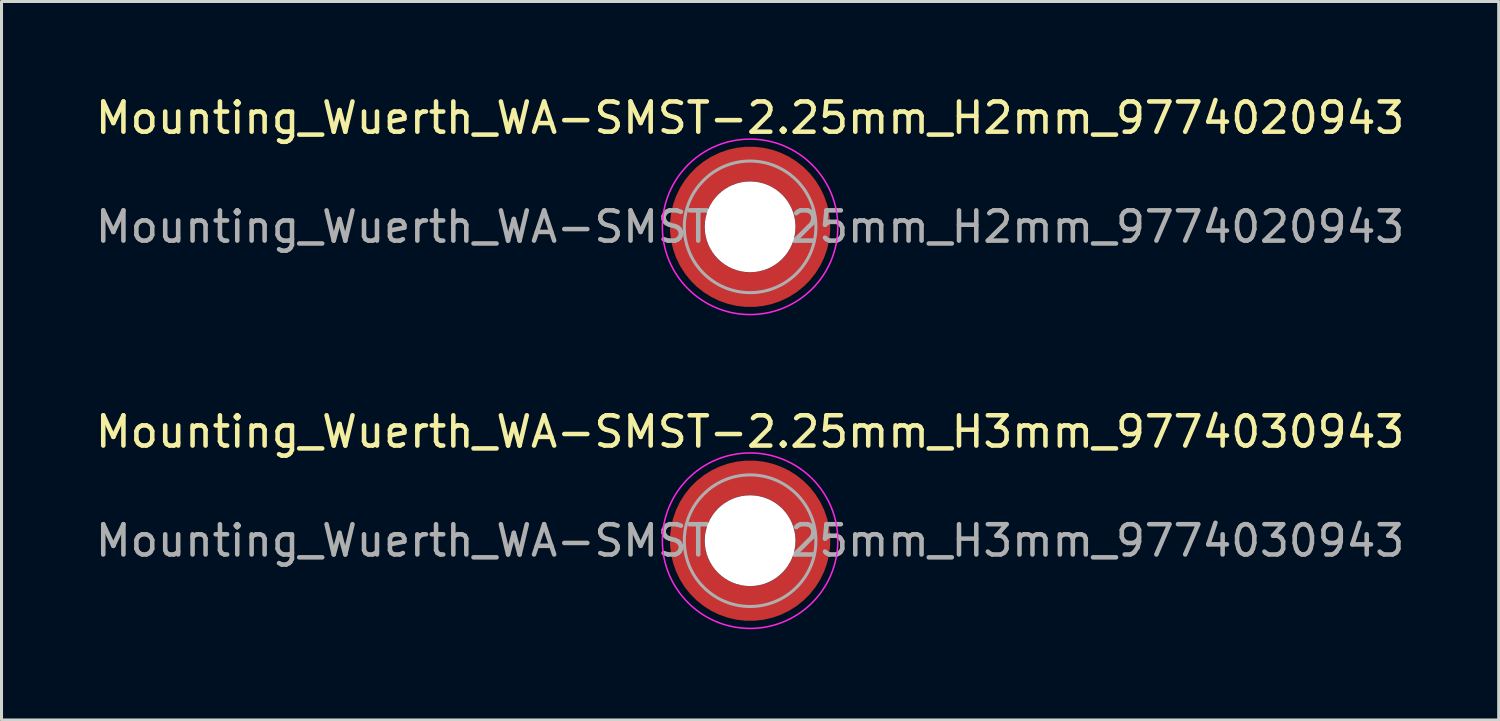
<source format=kicad_pcb>
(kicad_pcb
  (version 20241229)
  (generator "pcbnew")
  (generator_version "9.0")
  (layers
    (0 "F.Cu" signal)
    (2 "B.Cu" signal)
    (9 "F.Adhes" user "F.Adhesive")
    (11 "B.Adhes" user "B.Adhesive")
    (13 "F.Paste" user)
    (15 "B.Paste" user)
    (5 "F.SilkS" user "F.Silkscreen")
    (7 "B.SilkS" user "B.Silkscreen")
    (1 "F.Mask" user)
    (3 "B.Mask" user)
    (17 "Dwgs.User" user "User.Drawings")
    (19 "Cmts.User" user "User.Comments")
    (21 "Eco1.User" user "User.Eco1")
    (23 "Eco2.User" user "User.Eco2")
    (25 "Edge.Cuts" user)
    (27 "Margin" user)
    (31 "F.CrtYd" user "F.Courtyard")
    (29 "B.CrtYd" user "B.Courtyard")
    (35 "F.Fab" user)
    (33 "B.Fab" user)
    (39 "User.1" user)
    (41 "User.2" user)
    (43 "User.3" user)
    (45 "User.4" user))
  (footprint "Mounting_Wuerth_WA-SMST-2.25mm_H3mm_9774030943"
    (layer "F.Cu")
    (at 21.744 14.822)
    (property "Reference" "Mounting_Wuerth_WA-SMST-2.25mm_H3mm_9774030943" (at 0 -3.6 0) (layer "F.SilkS") (effects (font (size 1 1) (thickness 0.15))))
    (attr smd)
    (fp_circle (center 0 0) (end 2.9 0) (stroke (width 0.05) (type solid)) (fill no) (layer "F.CrtYd"))
    (fp_circle (center 0 0) (end 2.175 0) (stroke (width 0.1) (type solid)) (fill no) (layer "F.Fab"))
    (fp_text user "${REFERENCE}" (at 0 0 0) (layer "F.Fab") (effects (font (size 1 1) (thickness 0.15))))
    (pad "" smd custom (at -1.453 -1.453) (size 0.61 0.61) (layers "F.Paste") (options (anchor circle)) (primitives (gr_arc (start -0.147677 1.053104) (mid 0.285964 0.286792) (end 1.051968 -0.147393) (width 0.2)) (gr_arc (start -0.240295 1.053104) (mid 0.22253 0.222946) (end 1.052531 -0.24016) (width 0.2)) (gr_arc (start -0.332645 1.053104) (mid 0.158548 0.15965) (end 1.051583 -0.332304) (width 0.2)) (gr_arc (start -0.424767 1.053104) (mid 0.09486 0.096059) (end 1.051446 -0.424413) (width 0.2)) (gr_arc (start -0.516693 1.053104) (mid 0.031293 0.032346) (end 1.051645 -0.516396) (width 0.2)) (gr_arc (start -0.608448 1.053104) (mid -0.032323 -0.031316) (end 1.051707 -0.608176) (width 0.2)) (gr_arc (start -0.700056 1.053104) (mid -0.09616 -0.094758) (end 1.051155 -0.699693) (width 0.2)) (gr_arc (start -0.791534 1.053104) (mid -0.160388 -0.15781) (end 1.049515 -0.790891) (width 0.2)) (gr_arc (start -0.882896 1.053104) (mid -0.223713 -0.221764) (end 1.050388 -0.882429) (width 0.2)) (gr_arc (start -0.974157 1.053104) (mid -0.287654 -0.2851) (end 1.049541 -0.973566) (width 0.2)) (gr_line (start 1.053 -0.148) (end 1.053 -0.974) (width 0.2)) (gr_line (start -0.148 1.053) (end -0.974 1.053) (width 0.2))))
    (pad "" smd custom (at -1.453 1.453) (size 0.61 0.61) (layers "F.Paste") (options (anchor circle)) (primitives (gr_arc (start 1.053104 0.147677) (mid 0.286792 -0.285964) (end -0.147393 -1.051968) (width 0.2)) (gr_arc (start 1.053104 0.240295) (mid 0.222946 -0.22253) (end -0.24016 -1.052531) (width 0.2)) (gr_arc (start 1.053104 0.332645) (mid 0.15965 -0.158548) (end -0.332304 -1.051583) (width 0.2)) (gr_arc (start 1.053104 0.424767) (mid 0.096059 -0.09486) (end -0.424413 -1.051446) (width 0.2)) (gr_arc (start 1.053104 0.516693) (mid 0.032346 -0.031293) (end -0.516396 -1.051645) (width 0.2)) (gr_arc (start 1.053104 0.608448) (mid -0.031316 0.032323) (end -0.608176 -1.051707) (width 0.2)) (gr_arc (start 1.053104 0.700056) (mid -0.094758 0.09616) (end -0.699693 -1.051155) (width 0.2)) (gr_arc (start 1.053104 0.791534) (mid -0.15781 0.160388) (end -0.790891 -1.049515) (width 0.2)) (gr_arc (start 1.053104 0.882896) (mid -0.221765 0.223713) (end -0.882429 -1.050388) (width 0.2)) (gr_arc (start 1.053104 0.974157) (mid -0.2851 0.287654) (end -0.973566 -1.049541) (width 0.2)) (gr_line (start -0.148 -1.053) (end -0.974 -1.053) (width 0.2)) (gr_line (start 1.053 0.148) (end 1.053 0.974) (width 0.2))))
    (pad "" np_thru_hole circle (at 0 0) (size 3 3) (drill 3) (layers "*.Cu" "*.Mask"))
    (pad "" smd custom (at 1.453 -1.453) (size 0.61 0.61) (layers "F.Paste") (options (anchor circle)) (primitives (gr_arc (start -1.053104 -0.147677) (mid -0.286792 0.285964) (end 0.147393 1.051968) (width 0.2)) (gr_arc (start -1.053104 -0.240295) (mid -0.222946 0.22253) (end 0.24016 1.052531) (width 0.2)) (gr_arc (start -1.053104 -0.332645) (mid -0.15965 0.158548) (end 0.332304 1.051583) (width 0.2)) (gr_arc (start -1.053104 -0.424767) (mid -0.096059 0.09486) (end 0.424413 1.051446) (width 0.2)) (gr_arc (start -1.053104 -0.516693) (mid -0.032346 0.031293) (end 0.516396 1.051645) (width 0.2)) (gr_arc (start -1.053104 -0.608448) (mid 0.031316 -0.032323) (end 0.608176 1.051707) (width 0.2)) (gr_arc (start -1.053104 -0.700056) (mid 0.094758 -0.09616) (end 0.699693 1.051155) (width 0.2)) (gr_arc (start -1.053104 -0.791534) (mid 0.15781 -0.160388) (end 0.790891 1.049515) (width 0.2)) (gr_arc (start -1.053104 -0.882896) (mid 0.221764 -0.223713) (end 0.882429 1.050388) (width 0.2)) (gr_arc (start -1.053104 -0.974157) (mid 0.2851 -0.287654) (end 0.973566 1.049541) (width 0.2)) (gr_line (start 0.148 1.053) (end 0.974 1.053) (width 0.2)) (gr_line (start -1.053 -0.148) (end -1.053 -0.974) (width 0.2))))
    (pad "" smd custom (at 1.453 1.453) (size 0.61 0.61) (layers "F.Paste") (options (anchor circle)) (primitives (gr_arc (start 0.147677 -1.053104) (mid -0.285964 -0.286792) (end -1.051968 0.147393) (width 0.2)) (gr_arc (start 0.240295 -1.053104) (mid -0.22253 -0.222946) (end -1.052531 0.24016) (width 0.2)) (gr_arc (start 0.332645 -1.053104) (mid -0.158548 -0.15965) (end -1.051583 0.332304) (width 0.2)) (gr_arc (start 0.424767 -1.053104) (mid -0.09486 -0.096059) (end -1.051446 0.424413) (width 0.2)) (gr_arc (start 0.516693 -1.053104) (mid -0.031293 -0.032346) (end -1.051645 0.516396) (width 0.2)) (gr_arc (start 0.608448 -1.053104) (mid 0.032323 0.031316) (end -1.051707 0.608176) (width 0.2)) (gr_arc (start 0.700056 -1.053104) (mid 0.09616 0.094758) (end -1.051155 0.699693) (width 0.2)) (gr_arc (start 0.791534 -1.053104) (mid 0.160388 0.15781) (end -1.049515 0.790891) (width 0.2)) (gr_arc (start 0.882896 -1.053104) (mid 0.223713 0.221764) (end -1.050388 0.882429) (width 0.2)) (gr_arc (start 0.974157 -1.053104) (mid 0.287654 0.2851) (end -1.049541 0.973566) (width 0.2)) (gr_line (start -1.053 0.148) (end -1.053 0.974) (width 0.2)) (gr_line (start 0.148 -1.053) (end 0.974 -1.053) (width 0.2))))
    (pad "1" smd circle (at -2.075 0) (size 0.75 0.75) (layers "F.Cu"))
    (pad "1" smd circle (at 0 -2.075) (size 0.75 0.75) (layers "F.Cu"))
    (pad "1" smd circle (at 0 2.075) (size 0.75 0.75) (layers "F.Cu"))
    (pad "1" smd custom (at 2.075 0) (size 0.75 0.75) (layers "F.Cu" "F.Mask") (options (anchor circle)) (primitives (gr_circle (center -2.075 0) (end 0 0) (width 1.15) (fill no)))))
  (footprint "Mounting_Wuerth_WA-SMST-2.25mm_H2mm_9774020943"
    (layer "F.Cu")
    (at 21.744 4.448)
    (property "Reference" "Mounting_Wuerth_WA-SMST-2.25mm_H2mm_9774020943" (at 0 -3.6 0) (layer "F.SilkS") (effects (font (size 1 1) (thickness 0.15))))
    (attr smd)
    (fp_circle (center 0 0) (end 2.9 0) (stroke (width 0.05) (type solid)) (fill no) (layer "F.CrtYd"))
    (fp_circle (center 0 0) (end 2.175 0) (stroke (width 0.1) (type solid)) (fill no) (layer "F.Fab"))
    (fp_text user "${REFERENCE}" (at 0 0 0) (layer "F.Fab") (effects (font (size 1 1) (thickness 0.15))))
    (pad "" smd custom (at -1.453 -1.453) (size 0.61 0.61) (layers "F.Paste") (options (anchor circle)) (primitives (gr_arc (start -0.147677 1.053104) (mid 0.285964 0.286792) (end 1.051968 -0.147393) (width 0.2)) (gr_arc (start -0.240295 1.053104) (mid 0.22253 0.222946) (end 1.052531 -0.24016) (width 0.2)) (gr_arc (start -0.332645 1.053104) (mid 0.158548 0.15965) (end 1.051583 -0.332304) (width 0.2)) (gr_arc (start -0.424767 1.053104) (mid 0.09486 0.096059) (end 1.051446 -0.424413) (width 0.2)) (gr_arc (start -0.516693 1.053104) (mid 0.031293 0.032346) (end 1.051645 -0.516396) (width 0.2)) (gr_arc (start -0.608448 1.053104) (mid -0.032323 -0.031316) (end 1.051707 -0.608176) (width 0.2)) (gr_arc (start -0.700056 1.053104) (mid -0.09616 -0.094758) (end 1.051155 -0.699693) (width 0.2)) (gr_arc (start -0.791534 1.053104) (mid -0.160388 -0.15781) (end 1.049515 -0.790891) (width 0.2)) (gr_arc (start -0.882896 1.053104) (mid -0.223713 -0.221764) (end 1.050388 -0.882429) (width 0.2)) (gr_arc (start -0.974157 1.053104) (mid -0.287654 -0.2851) (end 1.049541 -0.973566) (width 0.2)) (gr_line (start 1.053 -0.148) (end 1.053 -0.974) (width 0.2)) (gr_line (start -0.148 1.053) (end -0.974 1.053) (width 0.2))))
    (pad "" smd custom (at -1.453 1.453) (size 0.61 0.61) (layers "F.Paste") (options (anchor circle)) (primitives (gr_arc (start 1.053104 0.147677) (mid 0.286792 -0.285964) (end -0.147393 -1.051968) (width 0.2)) (gr_arc (start 1.053104 0.240295) (mid 0.222946 -0.22253) (end -0.24016 -1.052531) (width 0.2)) (gr_arc (start 1.053104 0.332645) (mid 0.15965 -0.158548) (end -0.332304 -1.051583) (width 0.2)) (gr_arc (start 1.053104 0.424767) (mid 0.096059 -0.09486) (end -0.424413 -1.051446) (width 0.2)) (gr_arc (start 1.053104 0.516693) (mid 0.032346 -0.031293) (end -0.516396 -1.051645) (width 0.2)) (gr_arc (start 1.053104 0.608448) (mid -0.031316 0.032323) (end -0.608176 -1.051707) (width 0.2)) (gr_arc (start 1.053104 0.700056) (mid -0.094758 0.09616) (end -0.699693 -1.051155) (width 0.2)) (gr_arc (start 1.053104 0.791534) (mid -0.15781 0.160388) (end -0.790891 -1.049515) (width 0.2)) (gr_arc (start 1.053104 0.882896) (mid -0.221765 0.223713) (end -0.882429 -1.050388) (width 0.2)) (gr_arc (start 1.053104 0.974157) (mid -0.2851 0.287654) (end -0.973566 -1.049541) (width 0.2)) (gr_line (start -0.148 -1.053) (end -0.974 -1.053) (width 0.2)) (gr_line (start 1.053 0.148) (end 1.053 0.974) (width 0.2))))
    (pad "" np_thru_hole circle (at 0 0) (size 3 3) (drill 3) (layers "*.Cu" "*.Mask"))
    (pad "" smd custom (at 1.453 -1.453) (size 0.61 0.61) (layers "F.Paste") (options (anchor circle)) (primitives (gr_arc (start -1.053104 -0.147677) (mid -0.286792 0.285964) (end 0.147393 1.051968) (width 0.2)) (gr_arc (start -1.053104 -0.240295) (mid -0.222946 0.22253) (end 0.24016 1.052531) (width 0.2)) (gr_arc (start -1.053104 -0.332645) (mid -0.15965 0.158548) (end 0.332304 1.051583) (width 0.2)) (gr_arc (start -1.053104 -0.424767) (mid -0.096059 0.09486) (end 0.424413 1.051446) (width 0.2)) (gr_arc (start -1.053104 -0.516693) (mid -0.032346 0.031293) (end 0.516396 1.051645) (width 0.2)) (gr_arc (start -1.053104 -0.608448) (mid 0.031316 -0.032323) (end 0.608176 1.051707) (width 0.2)) (gr_arc (start -1.053104 -0.700056) (mid 0.094758 -0.09616) (end 0.699693 1.051155) (width 0.2)) (gr_arc (start -1.053104 -0.791534) (mid 0.15781 -0.160388) (end 0.790891 1.049515) (width 0.2)) (gr_arc (start -1.053104 -0.882896) (mid 0.221764 -0.223713) (end 0.882429 1.050388) (width 0.2)) (gr_arc (start -1.053104 -0.974157) (mid 0.2851 -0.287654) (end 0.973566 1.049541) (width 0.2)) (gr_line (start 0.148 1.053) (end 0.974 1.053) (width 0.2)) (gr_line (start -1.053 -0.148) (end -1.053 -0.974) (width 0.2))))
    (pad "" smd custom (at 1.453 1.453) (size 0.61 0.61) (layers "F.Paste") (options (anchor circle)) (primitives (gr_arc (start 0.147677 -1.053104) (mid -0.285964 -0.286792) (end -1.051968 0.147393) (width 0.2)) (gr_arc (start 0.240295 -1.053104) (mid -0.22253 -0.222946) (end -1.052531 0.24016) (width 0.2)) (gr_arc (start 0.332645 -1.053104) (mid -0.158548 -0.15965) (end -1.051583 0.332304) (width 0.2)) (gr_arc (start 0.424767 -1.053104) (mid -0.09486 -0.096059) (end -1.051446 0.424413) (width 0.2)) (gr_arc (start 0.516693 -1.053104) (mid -0.031293 -0.032346) (end -1.051645 0.516396) (width 0.2)) (gr_arc (start 0.608448 -1.053104) (mid 0.032323 0.031316) (end -1.051707 0.608176) (width 0.2)) (gr_arc (start 0.700056 -1.053104) (mid 0.09616 0.094758) (end -1.051155 0.699693) (width 0.2)) (gr_arc (start 0.791534 -1.053104) (mid 0.160388 0.15781) (end -1.049515 0.790891) (width 0.2)) (gr_arc (start 0.882896 -1.053104) (mid 0.223713 0.221764) (end -1.050388 0.882429) (width 0.2)) (gr_arc (start 0.974157 -1.053104) (mid 0.287654 0.2851) (end -1.049541 0.973566) (width 0.2)) (gr_line (start -1.053 0.148) (end -1.053 0.974) (width 0.2)) (gr_line (start 0.148 -1.053) (end 0.974 -1.053) (width 0.2))))
    (pad "1" smd circle (at -2.075 0) (size 0.75 0.75) (layers "F.Cu"))
    (pad "1" smd circle (at 0 -2.075) (size 0.75 0.75) (layers "F.Cu"))
    (pad "1" smd circle (at 0 2.075) (size 0.75 0.75) (layers "F.Cu"))
    (pad "1" smd custom (at 2.075 0) (size 0.75 0.75) (layers "F.Cu" "F.Mask") (options (anchor circle)) (primitives (gr_circle (center -2.075 0) (end 0 0) (width 1.15) (fill no)))))
  (gr_rect
    (start -3 -3)
    (end 46.488 20.747)
    (stroke (width 0.1) (type default))
    (fill no)
    (layer "Edge.Cuts")))
</source>
